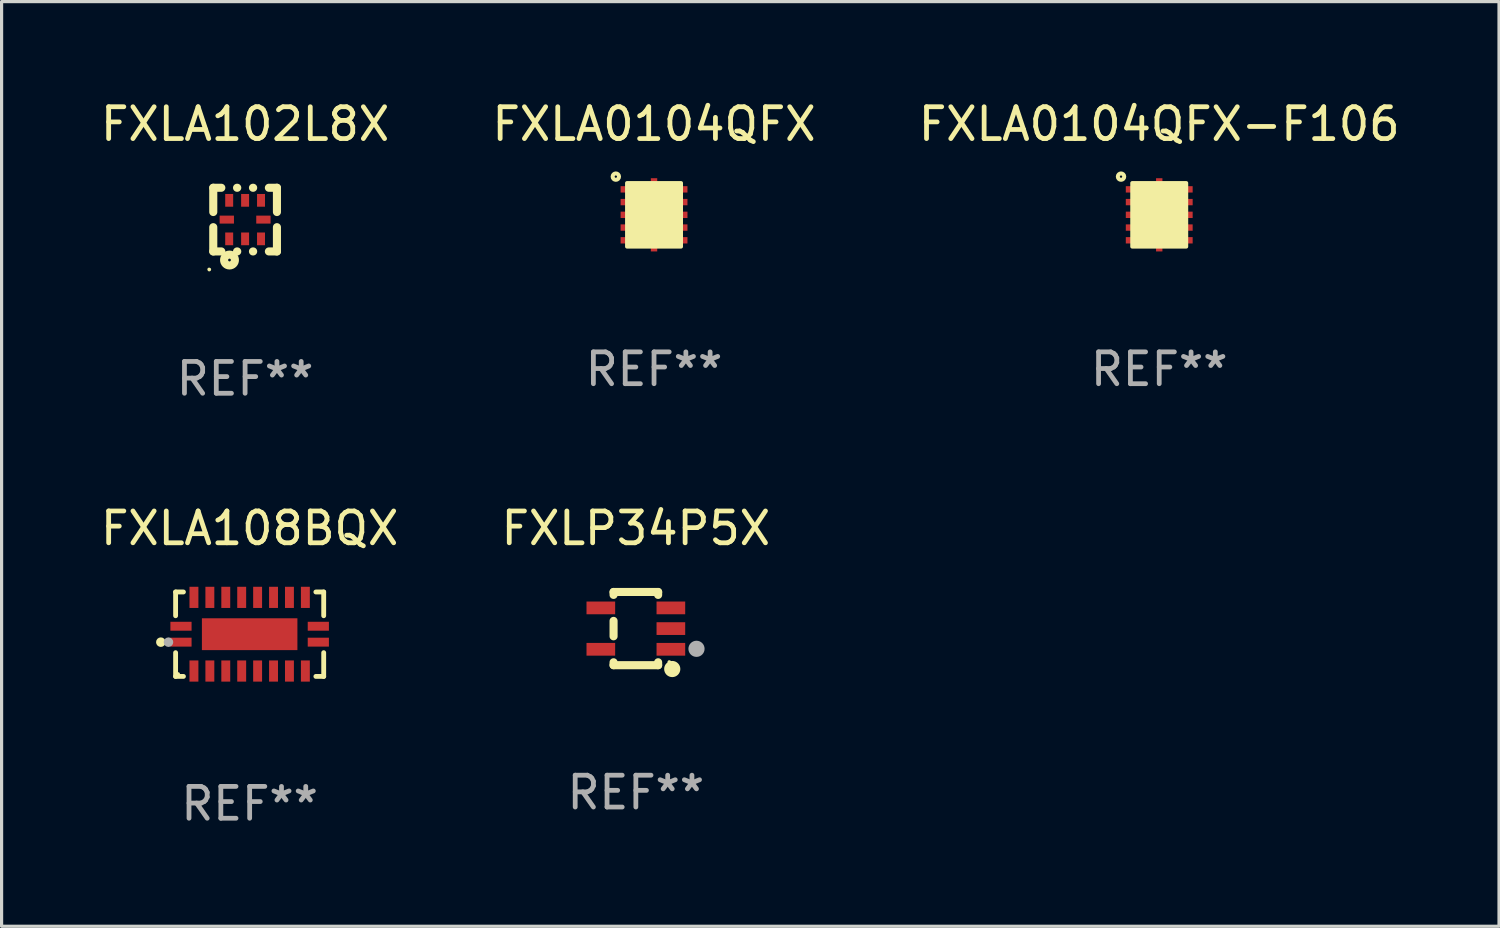
<source format=kicad_pcb>
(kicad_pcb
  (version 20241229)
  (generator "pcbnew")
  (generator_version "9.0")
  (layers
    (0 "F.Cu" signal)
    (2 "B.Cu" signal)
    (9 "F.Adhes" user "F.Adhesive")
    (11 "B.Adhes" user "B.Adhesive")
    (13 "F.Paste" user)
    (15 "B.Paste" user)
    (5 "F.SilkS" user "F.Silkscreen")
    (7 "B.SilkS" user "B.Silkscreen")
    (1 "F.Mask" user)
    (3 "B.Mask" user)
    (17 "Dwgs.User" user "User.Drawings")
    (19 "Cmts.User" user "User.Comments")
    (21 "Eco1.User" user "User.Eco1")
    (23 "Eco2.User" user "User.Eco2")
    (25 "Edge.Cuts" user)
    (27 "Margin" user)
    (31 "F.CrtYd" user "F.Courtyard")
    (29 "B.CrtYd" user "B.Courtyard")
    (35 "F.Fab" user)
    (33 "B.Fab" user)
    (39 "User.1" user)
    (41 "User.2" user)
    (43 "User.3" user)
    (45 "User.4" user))
  (footprint "FXLA0104QFX"
    (layer "F.Cu")
    (at 17.494 3.698)
    (property "Reference" "FXLA0104QFX" (at 0 -2.85 0) (layer "F.SilkS") (effects (font (size 1 1) (thickness 0.15))))
    (attr through_hole)
    (fp_circle (center -1.2 -1.2) (end -1.1 -1.2) (stroke (width 0.127) (type solid)) (fill no) (layer "F.SilkS"))
    (fp_poly (pts (xy -0.85 -1) (xy 0.85 -1) (xy 0.85 1) (xy -0.85 1)) (stroke (width 0.12) (type solid)) (fill yes) (layer "F.SilkS"))
    (fp_text user "REF**" (at 0 4.85 0) (layer "F.Fab") (effects (font (size 1 1) (thickness 0.15))))
    (pad "1" smd rect (at -0.75 -0.8 90) (size 0.2 0.6) (layers "F.Cu" "F.Mask" "F.Paste"))
    (pad "2" smd rect (at -0.75 -0.4 90) (size 0.2 0.6) (layers "F.Cu" "F.Mask" "F.Paste"))
    (pad "3" smd rect (at -0.75 0 270) (size 0.2 0.6) (layers "F.Cu" "F.Mask" "F.Paste"))
    (pad "4" smd rect (at -0.75 0.4 270) (size 0.2 0.6) (layers "F.Cu" "F.Mask" "F.Paste"))
    (pad "5" smd rect (at -0.75 0.8 270) (size 0.2 0.6) (layers "F.Cu" "F.Mask" "F.Paste"))
    (pad "6" smd rect (at 0 0.85 180) (size 0.2 0.6) (layers "F.Cu" "F.Mask" "F.Paste"))
    (pad "7" smd rect (at 0.75 0.8 270) (size 0.2 0.6) (layers "F.Cu" "F.Mask" "F.Paste"))
    (pad "8" smd rect (at 0.75 0.4 270) (size 0.2 0.6) (layers "F.Cu" "F.Mask" "F.Paste"))
    (pad "9" smd rect (at 0.75 0 90) (size 0.2 0.6) (layers "F.Cu" "F.Mask" "F.Paste"))
    (pad "10" smd rect (at 0.75 -0.4 90) (size 0.2 0.6) (layers "F.Cu" "F.Mask" "F.Paste"))
    (pad "11" smd rect (at 0.75 -0.8 90) (size 0.2 0.6) (layers "F.Cu" "F.Mask" "F.Paste"))
    (pad "12" smd rect (at 0 -0.85) (size 0.2 0.6) (layers "F.Cu" "F.Mask" "F.Paste")))
  (footprint "FXLA0104QFX-F106"
    (layer "F.Cu")
    (at 33.363 3.698)
    (property "Reference" "FXLA0104QFX-F106" (at 0 -2.85 0) (layer "F.SilkS") (effects (font (size 1 1) (thickness 0.15))))
    (attr through_hole)
    (fp_circle (center -1.2 -1.2) (end -1.1 -1.2) (stroke (width 0.127) (type solid)) (fill no) (layer "F.SilkS"))
    (fp_poly (pts (xy -0.85 -1) (xy 0.85 -1) (xy 0.85 1) (xy -0.85 1)) (stroke (width 0.12) (type solid)) (fill yes) (layer "F.SilkS"))
    (fp_text user "REF**" (at 0 4.85 0) (layer "F.Fab") (effects (font (size 1 1) (thickness 0.15))))
    (pad "1" smd rect (at -0.75 -0.8 90) (size 0.2 0.6) (layers "F.Cu" "F.Mask" "F.Paste"))
    (pad "2" smd rect (at -0.75 -0.4 90) (size 0.2 0.6) (layers "F.Cu" "F.Mask" "F.Paste"))
    (pad "3" smd rect (at -0.75 0 270) (size 0.2 0.6) (layers "F.Cu" "F.Mask" "F.Paste"))
    (pad "4" smd rect (at -0.75 0.4 270) (size 0.2 0.6) (layers "F.Cu" "F.Mask" "F.Paste"))
    (pad "5" smd rect (at -0.75 0.8 270) (size 0.2 0.6) (layers "F.Cu" "F.Mask" "F.Paste"))
    (pad "6" smd rect (at 0 0.85 180) (size 0.2 0.6) (layers "F.Cu" "F.Mask" "F.Paste"))
    (pad "7" smd rect (at 0.75 0.8 270) (size 0.2 0.6) (layers "F.Cu" "F.Mask" "F.Paste"))
    (pad "8" smd rect (at 0.75 0.4 270) (size 0.2 0.6) (layers "F.Cu" "F.Mask" "F.Paste"))
    (pad "9" smd rect (at 0.75 0 90) (size 0.2 0.6) (layers "F.Cu" "F.Mask" "F.Paste"))
    (pad "10" smd rect (at 0.75 -0.4 90) (size 0.2 0.6) (layers "F.Cu" "F.Mask" "F.Paste"))
    (pad "11" smd rect (at 0.75 -0.8 90) (size 0.2 0.6) (layers "F.Cu" "F.Mask" "F.Paste"))
    (pad "12" smd rect (at 0 -0.85) (size 0.2 0.6) (layers "F.Cu" "F.Mask" "F.Paste")))
  (footprint "FXLA102L8X"
    (layer "F.Cu")
    (at 4.649 3.848)
    (property "Reference" "FXLA102L8X" (at 0 -3 0) (layer "F.SilkS") (effects (font (size 1 1) (thickness 0.15))))
    (attr through_hole)
    (fp_line (start -1 -1) (end -0.747 -1) (stroke (width 0.254) (type solid)) (layer "F.SilkS"))
    (fp_line (start -1 -0.238) (end -1 -1) (stroke (width 0.254) (type solid)) (layer "F.SilkS"))
    (fp_line (start -1 1) (end -1 0.238) (stroke (width 0.254) (type solid)) (layer "F.SilkS"))
    (fp_line (start -0.747 1) (end -1 1) (stroke (width 0.254) (type solid)) (layer "F.SilkS"))
    (fp_line (start -0.253 -1) (end -0.247 -1) (stroke (width 0.254) (type solid)) (layer "F.SilkS"))
    (fp_line (start -0.247 1) (end -0.253 1) (stroke (width 0.254) (type solid)) (layer "F.SilkS"))
    (fp_line (start 0.247 -1) (end 0.253 -1) (stroke (width 0.254) (type solid)) (layer "F.SilkS"))
    (fp_line (start 0.253 1) (end 0.247 1) (stroke (width 0.254) (type solid)) (layer "F.SilkS"))
    (fp_line (start 0.747 -1) (end 1 -1) (stroke (width 0.254) (type solid)) (layer "F.SilkS"))
    (fp_line (start 1 -1) (end 1 -0.238) (stroke (width 0.254) (type solid)) (layer "F.SilkS"))
    (fp_line (start 1 0.238) (end 1 1) (stroke (width 0.254) (type solid)) (layer "F.SilkS"))
    (fp_line (start 1 1) (end 0.747 1) (stroke (width 0.254) (type solid)) (layer "F.SilkS"))
    (fp_circle (center -1.127 1.567) (end -1.097 1.567) (stroke (width 0.06) (type solid)) (fill no) (layer "F.SilkS"))
    (fp_circle (center -0.49 1.27) (end -0.32 1.27) (stroke (width 0.254) (type solid)) (fill no) (layer "F.SilkS"))
    (fp_text user "REF**" (at 0 5 0) (layer "F.Fab") (effects (font (size 1 1) (thickness 0.15))))
    (pad "1" smd rect (at -0.5 0.605 90) (size 0.4 0.25) (layers "F.Cu" "F.Mask" "F.Paste"))
    (pad "2" smd rect (at 0 0.605 90) (size 0.4 0.25) (layers "F.Cu" "F.Mask" "F.Paste"))
    (pad "3" smd rect (at 0.5 0.605 90) (size 0.4 0.25) (layers "F.Cu" "F.Mask" "F.Paste"))
    (pad "4" smd rect (at 0.575 0 180) (size 0.45 0.25) (layers "F.Cu" "F.Mask" "F.Paste"))
    (pad "5" smd rect (at 0.5 -0.605 270) (size 0.4 0.25) (layers "F.Cu" "F.Mask" "F.Paste"))
    (pad "6" smd rect (at 0 -0.605 270) (size 0.4 0.25) (layers "F.Cu" "F.Mask" "F.Paste"))
    (pad "7" smd rect (at -0.5 -0.605 270) (size 0.4 0.25) (layers "F.Cu" "F.Mask" "F.Paste"))
    (pad "8" smd rect (at -0.575 0) (size 0.45 0.25) (layers "F.Cu" "F.Mask" "F.Paste")))
  (footprint "FXLP34P5X"
    (layer "F.Cu")
    (at 16.923 16.695)
    (property "Reference" "FXLP34P5X" (at 0 -3.15 0) (layer "F.SilkS") (effects (font (size 1 1) (thickness 0.15))))
    (attr through_hole)
    (fp_line (start -0.7 -1.15) (end 0.7 -1.15) (stroke (width 0.254) (type solid)) (layer "F.SilkS"))
    (fp_line (start -0.7 -1.058) (end -0.7 -1.15) (stroke (width 0.254) (type solid)) (layer "F.SilkS"))
    (fp_line (start -0.7 0.242) (end -0.7 -0.242) (stroke (width 0.254) (type solid)) (layer "F.SilkS"))
    (fp_line (start -0.7 1.15) (end -0.7 1.058) (stroke (width 0.254) (type solid)) (layer "F.SilkS"))
    (fp_line (start -0.7 1.15) (end 0.7 1.15) (stroke (width 0.254) (type solid)) (layer "F.SilkS"))
    (fp_line (start 0.7 -1.058) (end 0.7 -1.15) (stroke (width 0.254) (type solid)) (layer "F.SilkS"))
    (fp_line (start 0.7 1.15) (end 0.7 1.058) (stroke (width 0.254) (type solid)) (layer "F.SilkS"))
    (fp_circle (center 1.053 1.052) (end 1.083 1.052) (stroke (width 0.06) (type solid)) (fill no) (layer "F.SilkS"))
    (fp_circle (center 1.143 1.27) (end 1.27 1.27) (stroke (width 0.254) (type solid)) (fill no) (layer "F.SilkS"))
    (fp_circle (center 1.905 0.635) (end 2.032 0.635) (stroke (width 0.254) (type solid)) (fill no) (layer "F.Fab"))
    (fp_text user "REF**" (at 0 5.15 0) (layer "F.Fab") (effects (font (size 1 1) (thickness 0.15))))
    (pad "1" smd rect (at 1.1 0.65 90) (size 0.4 0.9) (layers "F.Cu" "F.Mask" "F.Paste"))
    (pad "2" smd rect (at 1.1 0.000076 90) (size 0.4 0.9) (layers "F.Cu" "F.Mask" "F.Paste"))
    (pad "3" smd rect (at 1.1 -0.65 90) (size 0.4 0.9) (layers "F.Cu" "F.Mask" "F.Paste"))
    (pad "4" smd rect (at -1.1 -0.65 90) (size 0.4 0.9) (layers "F.Cu" "F.Mask" "F.Paste"))
    (pad "5" smd rect (at -1.1 0.65 90) (size 0.4 0.9) (layers "F.Cu" "F.Mask" "F.Paste")))
  (footprint "FXLA108BQX"
    (layer "F.Cu")
    (at 4.792 16.871)
    (property "Reference" "FXLA108BQX" (at 0 -3.326 0) (layer "F.SilkS") (effects (font (size 1 1) (thickness 0.15))))
    (attr through_hole)
    (fp_line (start -2.326 -1.326) (end -2.08 -1.326) (stroke (width 0.152) (type solid)) (layer "F.SilkS"))
    (fp_line (start -2.326 -0.58) (end -2.326 -1.326) (stroke (width 0.152) (type solid)) (layer "F.SilkS"))
    (fp_line (start -2.326 0.58) (end -2.326 1.326) (stroke (width 0.152) (type solid)) (layer "F.SilkS"))
    (fp_line (start -2.326 1.326) (end -2.08 1.326) (stroke (width 0.152) (type solid)) (layer "F.SilkS"))
    (fp_line (start 2.326 -1.326) (end 2.08 -1.326) (stroke (width 0.152) (type solid)) (layer "F.SilkS"))
    (fp_line (start 2.326 -0.58) (end 2.326 -1.326) (stroke (width 0.152) (type solid)) (layer "F.SilkS"))
    (fp_line (start 2.326 0.58) (end 2.326 1.326) (stroke (width 0.152) (type solid)) (layer "F.SilkS"))
    (fp_line (start 2.326 1.326) (end 2.08 1.326) (stroke (width 0.152) (type solid)) (layer "F.SilkS"))
    (fp_circle (center -2.79 0.25) (end -2.715 0.25) (stroke (width 0.15) (type solid)) (fill no) (layer "F.SilkS"))
    (fp_circle (center -2.25 1.25) (end -2.22 1.25) (stroke (width 0.06) (type solid)) (fill no) (layer "F.SilkS"))
    (fp_circle (center -2.55 0.25) (end -2.475 0.25) (stroke (width 0.15) (type solid)) (fill no) (layer "F.Fab"))
    (fp_text user "REF**" (at 0 5.326 0) (layer "F.Fab") (effects (font (size 1 1) (thickness 0.15))))
    (pad "1" smd rect (at -2.157 0.25) (size 0.665 0.28) (layers "F.Cu" "F.Mask" "F.Paste"))
    (pad "2" smd rect (at -1.75 1.157) (size 0.28 0.665) (layers "F.Cu" "F.Mask" "F.Paste"))
    (pad "3" smd rect (at -1.25 1.157) (size 0.28 0.665) (layers "F.Cu" "F.Mask" "F.Paste"))
    (pad "4" smd rect (at -0.75 1.157) (size 0.28 0.665) (layers "F.Cu" "F.Mask" "F.Paste"))
    (pad "5" smd rect (at -0.25 1.157) (size 0.28 0.665) (layers "F.Cu" "F.Mask" "F.Paste"))
    (pad "6" smd rect (at 0.25 1.157) (size 0.28 0.665) (layers "F.Cu" "F.Mask" "F.Paste"))
    (pad "7" smd rect (at 0.75 1.157) (size 0.28 0.665) (layers "F.Cu" "F.Mask" "F.Paste"))
    (pad "8" smd rect (at 1.25 1.157) (size 0.28 0.665) (layers "F.Cu" "F.Mask" "F.Paste"))
    (pad "9" smd rect (at 1.75 1.157) (size 0.28 0.665) (layers "F.Cu" "F.Mask" "F.Paste"))
    (pad "10" smd rect (at 2.157 0.25) (size 0.665 0.28) (layers "F.Cu" "F.Mask" "F.Paste"))
    (pad "11" smd rect (at 2.157 -0.25) (size 0.665 0.28) (layers "F.Cu" "F.Mask" "F.Paste"))
    (pad "12" smd rect (at 1.75 -1.157) (size 0.28 0.665) (layers "F.Cu" "F.Mask" "F.Paste"))
    (pad "13" smd rect (at 1.25 -1.157) (size 0.28 0.665) (layers "F.Cu" "F.Mask" "F.Paste"))
    (pad "14" smd rect (at 0.75 -1.157) (size 0.28 0.665) (layers "F.Cu" "F.Mask" "F.Paste"))
    (pad "15" smd rect (at 0.25 -1.157) (size 0.28 0.665) (layers "F.Cu" "F.Mask" "F.Paste"))
    (pad "16" smd rect (at -0.25 -1.157) (size 0.28 0.665) (layers "F.Cu" "F.Mask" "F.Paste"))
    (pad "17" smd rect (at -0.75 -1.157) (size 0.28 0.665) (layers "F.Cu" "F.Mask" "F.Paste"))
    (pad "18" smd rect (at -1.25 -1.157) (size 0.28 0.665) (layers "F.Cu" "F.Mask" "F.Paste"))
    (pad "19" smd rect (at -1.75 -1.157) (size 0.28 0.665) (layers "F.Cu" "F.Mask" "F.Paste"))
    (pad "20" smd rect (at -2.157 -0.25) (size 0.665 0.28) (layers "F.Cu" "F.Mask" "F.Paste"))
    (pad "21" smd rect (at 0 0) (size 3 1) (layers "F.Cu" "F.Mask" "F.Paste")))
  (gr_rect
    (start -3 -3)
    (end 44.036 26.045)
    (stroke (width 0.1) (type default))
    (fill no)
    (layer "Edge.Cuts")))
</source>
